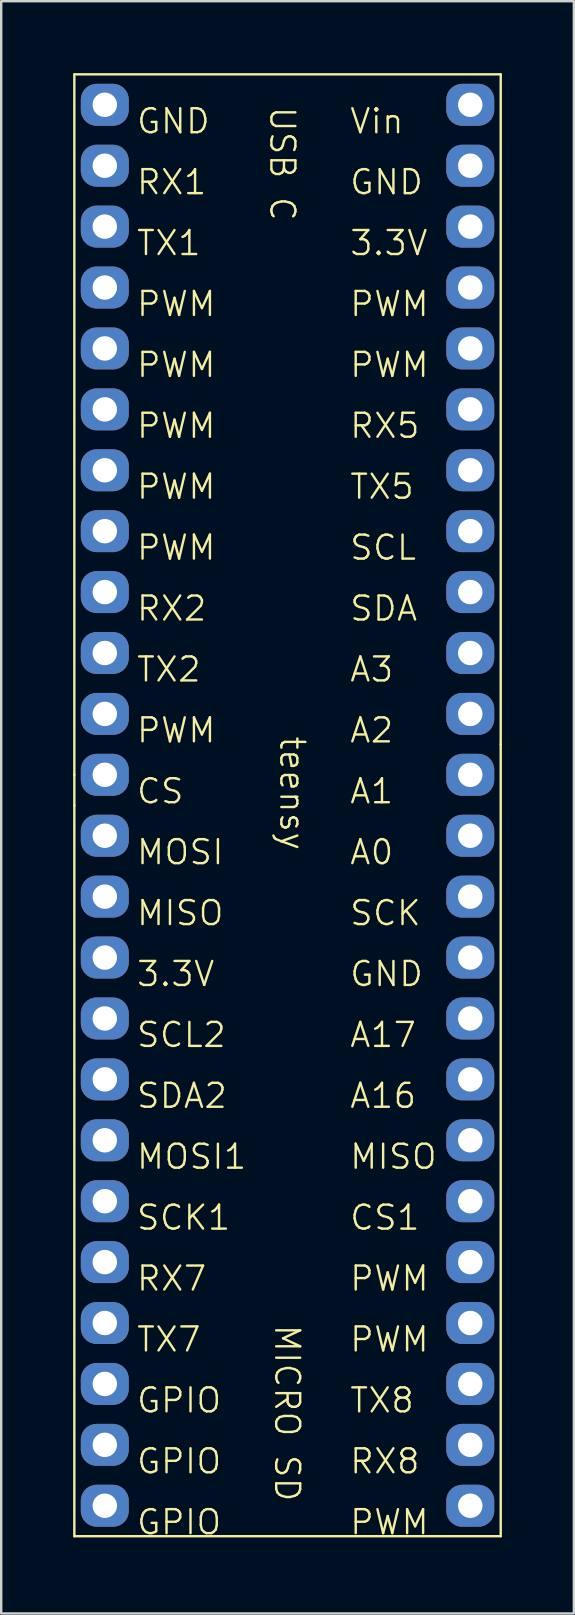
<source format=kicad_pcb>
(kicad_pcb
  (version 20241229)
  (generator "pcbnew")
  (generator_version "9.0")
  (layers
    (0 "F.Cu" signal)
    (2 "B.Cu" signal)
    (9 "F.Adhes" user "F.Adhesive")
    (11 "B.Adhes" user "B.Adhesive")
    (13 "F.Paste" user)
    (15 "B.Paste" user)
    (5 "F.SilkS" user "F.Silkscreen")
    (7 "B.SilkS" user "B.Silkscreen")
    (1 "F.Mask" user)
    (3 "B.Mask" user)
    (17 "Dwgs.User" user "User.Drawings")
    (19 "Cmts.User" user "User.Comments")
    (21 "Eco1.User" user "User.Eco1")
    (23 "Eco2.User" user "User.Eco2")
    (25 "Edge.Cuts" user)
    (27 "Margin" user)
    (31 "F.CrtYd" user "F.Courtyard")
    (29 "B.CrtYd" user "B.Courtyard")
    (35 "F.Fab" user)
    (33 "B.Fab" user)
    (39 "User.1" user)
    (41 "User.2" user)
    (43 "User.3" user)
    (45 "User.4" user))
  (footprint "teensy"
    (layer "F.Cu")
    (at 8.94 30.53)
    (property "Reference" "teensy" (at 0.2 -0.5 270) (unlocked yes) (layer "F.SilkS") (effects (font (size 1 1) (thickness 0.1))))
    (attr through_hole)
    (fp_line (start -8.89 -1.27) (end -8.89 -30.48) (stroke (width 0.1) (type default)) (layer "F.SilkS"))
    (fp_line (start -8.89 -1.27) (end -8.89 0) (stroke (width 0.1) (type default)) (layer "F.SilkS"))
    (fp_line (start -8.89 0) (end -8.89 30.48) (stroke (width 0.1) (type default)) (layer "F.SilkS"))
    (fp_line (start -8.89 30.48) (end 8.89 30.48) (stroke (width 0.1) (type default)) (layer "F.SilkS"))
    (fp_line (start 8.89 -30.48) (end -8.89 -30.48) (stroke (width 0.1) (type default)) (layer "F.SilkS"))
    (fp_line (start 8.89 -30.48) (end 8.89 -2.54) (stroke (width 0.1) (type default)) (layer "F.SilkS"))
    (fp_line (start 8.89 30.48) (end 8.89 -2.54) (stroke (width 0.1) (type default)) (layer "F.SilkS"))
    (fp_text user "MOSI1" (at -6.35 15.24 0) (unlocked yes) (layer "F.SilkS") (effects (font (size 1 1) (thickness 0.1)) (justify left bottom)))
    (fp_text user "A3" (at 2.54 -5.08 0) (unlocked yes) (layer "F.SilkS") (effects (font (size 1 1) (thickness 0.1)) (justify left bottom)))
    (fp_text user "A2" (at 2.54 -2.54 0) (unlocked yes) (layer "F.SilkS") (effects (font (size 1 1) (thickness 0.1)) (justify left bottom)))
    (fp_text user "PWM" (at -6.35 -2.54 0) (unlocked yes) (layer "F.SilkS") (effects (font (size 1 1) (thickness 0.1)) (justify left bottom)))
    (fp_text user "RX1" (at -6.35 -25.4 0) (unlocked yes) (layer "F.SilkS") (effects (font (size 1 1) (thickness 0.1)) (justify left bottom)))
    (fp_text user "3.3V" (at 2.54 -22.86 0) (unlocked yes) (layer "F.SilkS") (effects (font (size 1 1) (thickness 0.1)) (justify left bottom)))
    (fp_text user "Vin" (at 2.54 -27.94 0) (unlocked yes) (layer "F.SilkS") (effects (font (size 1 1) (thickness 0.1)) (justify left bottom)))
    (fp_text user "PWM" (at -6.35 -17.78 0) (unlocked yes) (layer "F.SilkS") (effects (font (size 1 1) (thickness 0.1)) (justify left bottom)))
    (fp_text user "RX2" (at -6.35 -7.62 0) (unlocked yes) (layer "F.SilkS") (effects (font (size 1 1) (thickness 0.1)) (justify left bottom)))
    (fp_text user "TX8" (at 2.54 25.4 0) (unlocked yes) (layer "F.SilkS") (effects (font (size 1 1) (thickness 0.1)) (justify left bottom)))
    (fp_text user "PWM" (at -6.35 -15.24 0) (unlocked yes) (layer "F.SilkS") (effects (font (size 1 1) (thickness 0.1)) (justify left bottom)))
    (fp_text user "PWM" (at 2.54 22.86 0) (unlocked yes) (layer "F.SilkS") (effects (font (size 1 1) (thickness 0.1)) (justify left bottom)))
    (fp_text user "RX7" (at -6.35 20.32 0) (unlocked yes) (layer "F.SilkS") (effects (font (size 1 1) (thickness 0.1)) (justify left bottom)))
    (fp_text user "PWM" (at 2.54 -17.78 0) (unlocked yes) (layer "F.SilkS") (effects (font (size 1 1) (thickness 0.1)) (justify left bottom)))
    (fp_text user "GPIO" (at -6.35 30.48 0) (unlocked yes) (layer "F.SilkS") (effects (font (size 1 1) (thickness 0.1)) (justify left bottom)))
    (fp_text user "TX2" (at -6.35 -5.08 0) (unlocked yes) (layer "F.SilkS") (effects (font (size 1 1) (thickness 0.1)) (justify left bottom)))
    (fp_text user "PWM" (at 2.54 20.32 0) (unlocked yes) (layer "F.SilkS") (effects (font (size 1 1) (thickness 0.1)) (justify left bottom)))
    (fp_text user "MOSI" (at -6.35 2.54 0) (unlocked yes) (layer "F.SilkS") (effects (font (size 1 1) (thickness 0.1)) (justify left bottom)))
    (fp_text user "USB C" (at -0.8 -29.2 270) (unlocked yes) (layer "F.SilkS") (effects (font (size 1 1) (thickness 0.1)) (justify left bottom)))
    (fp_text user "PWM" (at 2.54 -20.32 0) (unlocked yes) (layer "F.SilkS") (effects (font (size 1 1) (thickness 0.1)) (justify left bottom)))
    (fp_text user "A16" (at 2.54 12.7 0) (unlocked yes) (layer "F.SilkS") (effects (font (size 1 1) (thickness 0.1)) (justify left bottom)))
    (fp_text user "TX7" (at -6.35 22.86 0) (unlocked yes) (layer "F.SilkS") (effects (font (size 1 1) (thickness 0.1)) (justify left bottom)))
    (fp_text user "A0" (at 2.54 2.54 0) (unlocked yes) (layer "F.SilkS") (effects (font (size 1 1) (thickness 0.1)) (justify left bottom)))
    (fp_text user "PWM" (at 2.54 30.48 0) (unlocked yes) (layer "F.SilkS") (effects (font (size 1 1) (thickness 0.1)) (justify left bottom)))
    (fp_text user "PWM" (at -6.35 -20.32 0) (unlocked yes) (layer "F.SilkS") (effects (font (size 1 1) (thickness 0.1)) (justify left bottom)))
    (fp_text user "TX5" (at 2.54 -12.7 0) (unlocked yes) (layer "F.SilkS") (effects (font (size 1 1) (thickness 0.1)) (justify left bottom)))
    (fp_text user "RX8" (at 2.54 27.94 0) (unlocked yes) (layer "F.SilkS") (effects (font (size 1 1) (thickness 0.1)) (justify left bottom)))
    (fp_text user "RX5" (at 2.54 -15.24 0) (unlocked yes) (layer "F.SilkS") (effects (font (size 1 1) (thickness 0.1)) (justify left bottom)))
    (fp_text user "SCK1" (at -6.35 17.78 0) (unlocked yes) (layer "F.SilkS") (effects (font (size 1 1) (thickness 0.1)) (justify left bottom)))
    (fp_text user "PWM" (at -6.35 -10.16 0) (unlocked yes) (layer "F.SilkS") (effects (font (size 1 1) (thickness 0.1)) (justify left bottom)))
    (fp_text user "A1" (at 2.54 0 0) (unlocked yes) (layer "F.SilkS") (effects (font (size 1 1) (thickness 0.1)) (justify left bottom)))
    (fp_text user "PWM" (at -6.35 -12.7 0) (unlocked yes) (layer "F.SilkS") (effects (font (size 1 1) (thickness 0.1)) (justify left bottom)))
    (fp_text user "GPIO" (at -6.35 27.94 0) (unlocked yes) (layer "F.SilkS") (effects (font (size 1 1) (thickness 0.1)) (justify left bottom)))
    (fp_text user "MICRO SD" (at -0.6 21.59 270) (unlocked yes) (layer "F.SilkS") (effects (font (size 1 1) (thickness 0.1)) (justify left bottom)))
    (fp_text user "SCL2" (at -6.35 10.16 0) (unlocked yes) (layer "F.SilkS") (effects (font (size 1 1) (thickness 0.1)) (justify left bottom)))
    (fp_text user "MISO" (at -6.35 5.08 0) (unlocked yes) (layer "F.SilkS") (effects (font (size 1 1) (thickness 0.1)) (justify left bottom)))
    (fp_text user "SCK" (at 2.54 5.08 0) (unlocked yes) (layer "F.SilkS") (effects (font (size 1 1) (thickness 0.1)) (justify left bottom)))
    (fp_text user "3.3V" (at -6.35 7.62 0) (unlocked yes) (layer "F.SilkS") (effects (font (size 1 1) (thickness 0.1)) (justify left bottom)))
    (fp_text user "GPIO" (at -6.35 25.4 0) (unlocked yes) (layer "F.SilkS") (effects (font (size 1 1) (thickness 0.1)) (justify left bottom)))
    (fp_text user "SDA" (at 2.54 -7.62 0) (unlocked yes) (layer "F.SilkS") (effects (font (size 1 1) (thickness 0.1)) (justify left bottom)))
    (fp_text user "GND" (at 2.54 7.62 0) (unlocked yes) (layer "F.SilkS") (effects (font (size 1 1) (thickness 0.1)) (justify left bottom)))
    (fp_text user "A17" (at 2.54 10.16 0) (unlocked yes) (layer "F.SilkS") (effects (font (size 1 1) (thickness 0.1)) (justify left bottom)))
    (fp_text user "GND" (at 2.54 -25.4 0) (unlocked yes) (layer "F.SilkS") (effects (font (size 1 1) (thickness 0.1)) (justify left bottom)))
    (fp_text user "MISO" (at 2.54 15.24 0) (unlocked yes) (layer "F.SilkS") (effects (font (size 1 1) (thickness 0.1)) (justify left bottom)))
    (fp_text user "CS1" (at 2.54 17.78 0) (unlocked yes) (layer "F.SilkS") (effects (font (size 1 1) (thickness 0.1)) (justify left bottom)))
    (fp_text user "SCL" (at 2.54 -10.16 0) (unlocked yes) (layer "F.SilkS") (effects (font (size 1 1) (thickness 0.1)) (justify left bottom)))
    (fp_text user "GND" (at -6.35 -27.94 0) (unlocked yes) (layer "F.SilkS") (effects (font (size 1 1) (thickness 0.1)) (justify left bottom)))
    (fp_text user "CS" (at -6.35 0 0) (unlocked yes) (layer "F.SilkS") (effects (font (size 1 1) (thickness 0.1)) (justify left bottom)))
    (fp_text user "TX1" (at -6.35 -22.86 0) (unlocked yes) (layer "F.SilkS") (effects (font (size 1 1) (thickness 0.1)) (justify left bottom)))
    (fp_text user "SDA2" (at -6.35 12.7 0) (unlocked yes) (layer "F.SilkS") (effects (font (size 1 1) (thickness 0.1)) (justify left bottom)))
    (pad "0" thru_hole roundrect (at -7.62 -26.67) (size 2 1.75) (drill 1.02) (layers "*.Cu" "*.Mask") (roundrect_rratio 0.375))
    (pad "1" thru_hole roundrect (at -7.62 -24.13) (size 2 1.75) (drill 1.02) (layers "*.Cu" "*.Mask") (roundrect_rratio 0.375))
    (pad "2" thru_hole roundrect (at -7.62 -21.59) (size 2 1.75) (drill 1.02) (layers "*.Cu" "*.Mask") (roundrect_rratio 0.375))
    (pad "3" thru_hole roundrect (at -7.62 -19.05) (size 2 1.75) (drill 1.02) (layers "*.Cu" "*.Mask") (roundrect_rratio 0.375))
    (pad "3V" thru_hole roundrect (at -7.62 6.35) (size 2 1.75) (drill 1.02) (layers "*.Cu" "*.Mask") (roundrect_rratio 0.375))
    (pad "3V1" thru_hole roundrect (at 7.62 -24.13) (size 2 1.75) (drill 1.02) (layers "*.Cu" "*.Mask") (roundrect_rratio 0.375))
    (pad "4" thru_hole roundrect (at -7.62 -16.51) (size 2 1.75) (drill 1.02) (layers "*.Cu" "*.Mask") (roundrect_rratio 0.375))
    (pad "5" thru_hole roundrect (at -7.62 -13.97) (size 2 1.75) (drill 1.02) (layers "*.Cu" "*.Mask") (roundrect_rratio 0.375))
    (pad "5V" thru_hole roundrect (at 7.62 -29.21) (size 2 1.75) (drill 1.02) (layers "*.Cu" "*.Mask") (roundrect_rratio 0.375))
    (pad "6" thru_hole roundrect (at -7.62 -11.43) (size 2 1.75) (drill 1.02) (layers "*.Cu" "*.Mask") (roundrect_rratio 0.375))
    (pad "7" thru_hole roundrect (at -7.62 -8.89) (size 2 1.75) (drill 1.02) (layers "*.Cu" "*.Mask") (roundrect_rratio 0.375))
    (pad "8" thru_hole roundrect (at -7.62 -6.35) (size 2 1.75) (drill 1.02) (layers "*.Cu" "*.Mask") (roundrect_rratio 0.375))
    (pad "9" thru_hole roundrect (at -7.62 -3.81) (size 2 1.75) (drill 1.02) (layers "*.Cu" "*.Mask") (roundrect_rratio 0.375))
    (pad "10" thru_hole roundrect (at -7.62 -1.27) (size 2 1.75) (drill 1.02) (layers "*.Cu" "*.Mask") (roundrect_rratio 0.375))
    (pad "11" thru_hole roundrect (at -7.62 1.27) (size 2 1.75) (drill 1.02) (layers "*.Cu" "*.Mask") (roundrect_rratio 0.375))
    (pad "12" thru_hole roundrect (at -7.62 3.81) (size 2 1.75) (drill 1.02) (layers "*.Cu" "*.Mask") (roundrect_rratio 0.375))
    (pad "13" thru_hole roundrect (at 7.62 3.81) (size 2 1.75) (drill 1.02) (layers "*.Cu" "*.Mask") (roundrect_rratio 0.375))
    (pad "14" thru_hole roundrect (at 7.62 1.27) (size 2 1.75) (drill 1.02) (layers "*.Cu" "*.Mask") (roundrect_rratio 0.375))
    (pad "15" thru_hole roundrect (at 7.62 -1.27) (size 2 1.75) (drill 1.02) (layers "*.Cu" "*.Mask") (roundrect_rratio 0.375))
    (pad "16" thru_hole roundrect (at 7.62 -3.81) (size 2 1.75) (drill 1.02) (layers "*.Cu" "*.Mask") (roundrect_rratio 0.375))
    (pad "17" thru_hole roundrect (at 7.62 -6.35) (size 2 1.75) (drill 1.02) (layers "*.Cu" "*.Mask") (roundrect_rratio 0.375))
    (pad "18" thru_hole roundrect (at 7.62 -8.89) (size 2 1.75) (drill 1.02) (layers "*.Cu" "*.Mask") (roundrect_rratio 0.375))
    (pad "19" thru_hole roundrect (at 7.62 -11.43) (size 2 1.75) (drill 1.02) (layers "*.Cu" "*.Mask") (roundrect_rratio 0.375))
    (pad "20" thru_hole roundrect (at 7.62 -13.97) (size 2 1.75) (drill 1.02) (layers "*.Cu" "*.Mask") (roundrect_rratio 0.375))
    (pad "21" thru_hole roundrect (at 7.62 -16.51) (size 2 1.75) (drill 1.02) (layers "*.Cu" "*.Mask") (roundrect_rratio 0.375))
    (pad "22" thru_hole roundrect (at 7.62 -19.05) (size 2 1.75) (drill 1.02) (layers "*.Cu" "*.Mask") (roundrect_rratio 0.375))
    (pad "23" thru_hole roundrect (at 7.62 -21.59) (size 2 1.75) (drill 1.02) (layers "*.Cu" "*.Mask") (roundrect_rratio 0.375))
    (pad "24" thru_hole roundrect (at -7.62 8.89) (size 2 1.75) (drill 1.02) (layers "*.Cu" "*.Mask") (roundrect_rratio 0.375))
    (pad "25" thru_hole roundrect (at -7.62 11.43) (size 2 1.75) (drill 1.02) (layers "*.Cu" "*.Mask") (roundrect_rratio 0.375))
    (pad "26" thru_hole roundrect (at -7.62 13.97) (size 2 1.75) (drill 1.02) (layers "*.Cu" "*.Mask") (roundrect_rratio 0.375))
    (pad "27" thru_hole roundrect (at -7.62 16.51) (size 2 1.75) (drill 1.02) (layers "*.Cu" "*.Mask") (roundrect_rratio 0.375))
    (pad "28" thru_hole roundrect (at -7.62 19.05) (size 2 1.75) (drill 1.02) (layers "*.Cu" "*.Mask") (roundrect_rratio 0.375))
    (pad "29" thru_hole roundrect (at -7.62 21.59) (size 2 1.75) (drill 1.02) (layers "*.Cu" "*.Mask") (roundrect_rratio 0.375))
    (pad "30" thru_hole roundrect (at -7.62 24.13) (size 2 1.75) (drill 1.02) (layers "*.Cu" "*.Mask") (roundrect_rratio 0.375))
    (pad "31" thru_hole roundrect (at -7.62 26.67) (size 2 1.75) (drill 1.02) (layers "*.Cu" "*.Mask") (roundrect_rratio 0.375))
    (pad "32" thru_hole roundrect (at -7.62 29.21) (size 2 1.75) (drill 1.02) (layers "*.Cu" "*.Mask") (roundrect_rratio 0.375))
    (pad "33" thru_hole roundrect (at 7.62 29.21) (size 2 1.75) (drill 1.02) (layers "*.Cu" "*.Mask") (roundrect_rratio 0.375))
    (pad "34" thru_hole roundrect (at 7.62 26.67) (size 2 1.75) (drill 1.02) (layers "*.Cu" "*.Mask") (roundrect_rratio 0.375))
    (pad "35" thru_hole roundrect (at 7.62 24.13) (size 2 1.75) (drill 1.02) (layers "*.Cu" "*.Mask") (roundrect_rratio 0.375))
    (pad "36" thru_hole roundrect (at 7.62 21.59) (size 2 1.75) (drill 1.02) (layers "*.Cu" "*.Mask") (roundrect_rratio 0.375))
    (pad "37" thru_hole roundrect (at 7.62 19.05) (size 2 1.75) (drill 1.02) (layers "*.Cu" "*.Mask") (roundrect_rratio 0.375))
    (pad "38" thru_hole roundrect (at 7.62 16.51) (size 2 1.75) (drill 1.02) (layers "*.Cu" "*.Mask") (roundrect_rratio 0.375))
    (pad "39" thru_hole roundrect (at 7.62 13.97) (size 2 1.75) (drill 1.02) (layers "*.Cu" "*.Mask") (roundrect_rratio 0.375))
    (pad "40" thru_hole roundrect (at 7.62 11.43) (size 2 1.75) (drill 1.02) (layers "*.Cu" "*.Mask") (roundrect_rratio 0.375))
    (pad "41" thru_hole roundrect (at 7.62 8.89) (size 2 1.75) (drill 1.02) (layers "*.Cu" "*.Mask") (roundrect_rratio 0.375))
    (pad "G" thru_hole roundrect (at -7.62 -29.21) (size 2 1.75) (drill 1.02) (layers "*.Cu" "*.Mask") (roundrect_rratio 0.375))
    (pad "G1" thru_hole roundrect (at 7.62 -26.67) (size 2 1.75) (drill 1.02) (layers "*.Cu" "*.Mask") (roundrect_rratio 0.375))
    (pad "G2" thru_hole roundrect (at 7.62 6.35) (size 2 1.75) (drill 1.02) (layers "*.Cu" "*.Mask") (roundrect_rratio 0.375)))
  (gr_rect
    (start -3 -3)
    (end 20.88 64.231)
    (stroke (width 0.1) (type default))
    (fill no)
    (layer "Edge.Cuts")))
</source>
